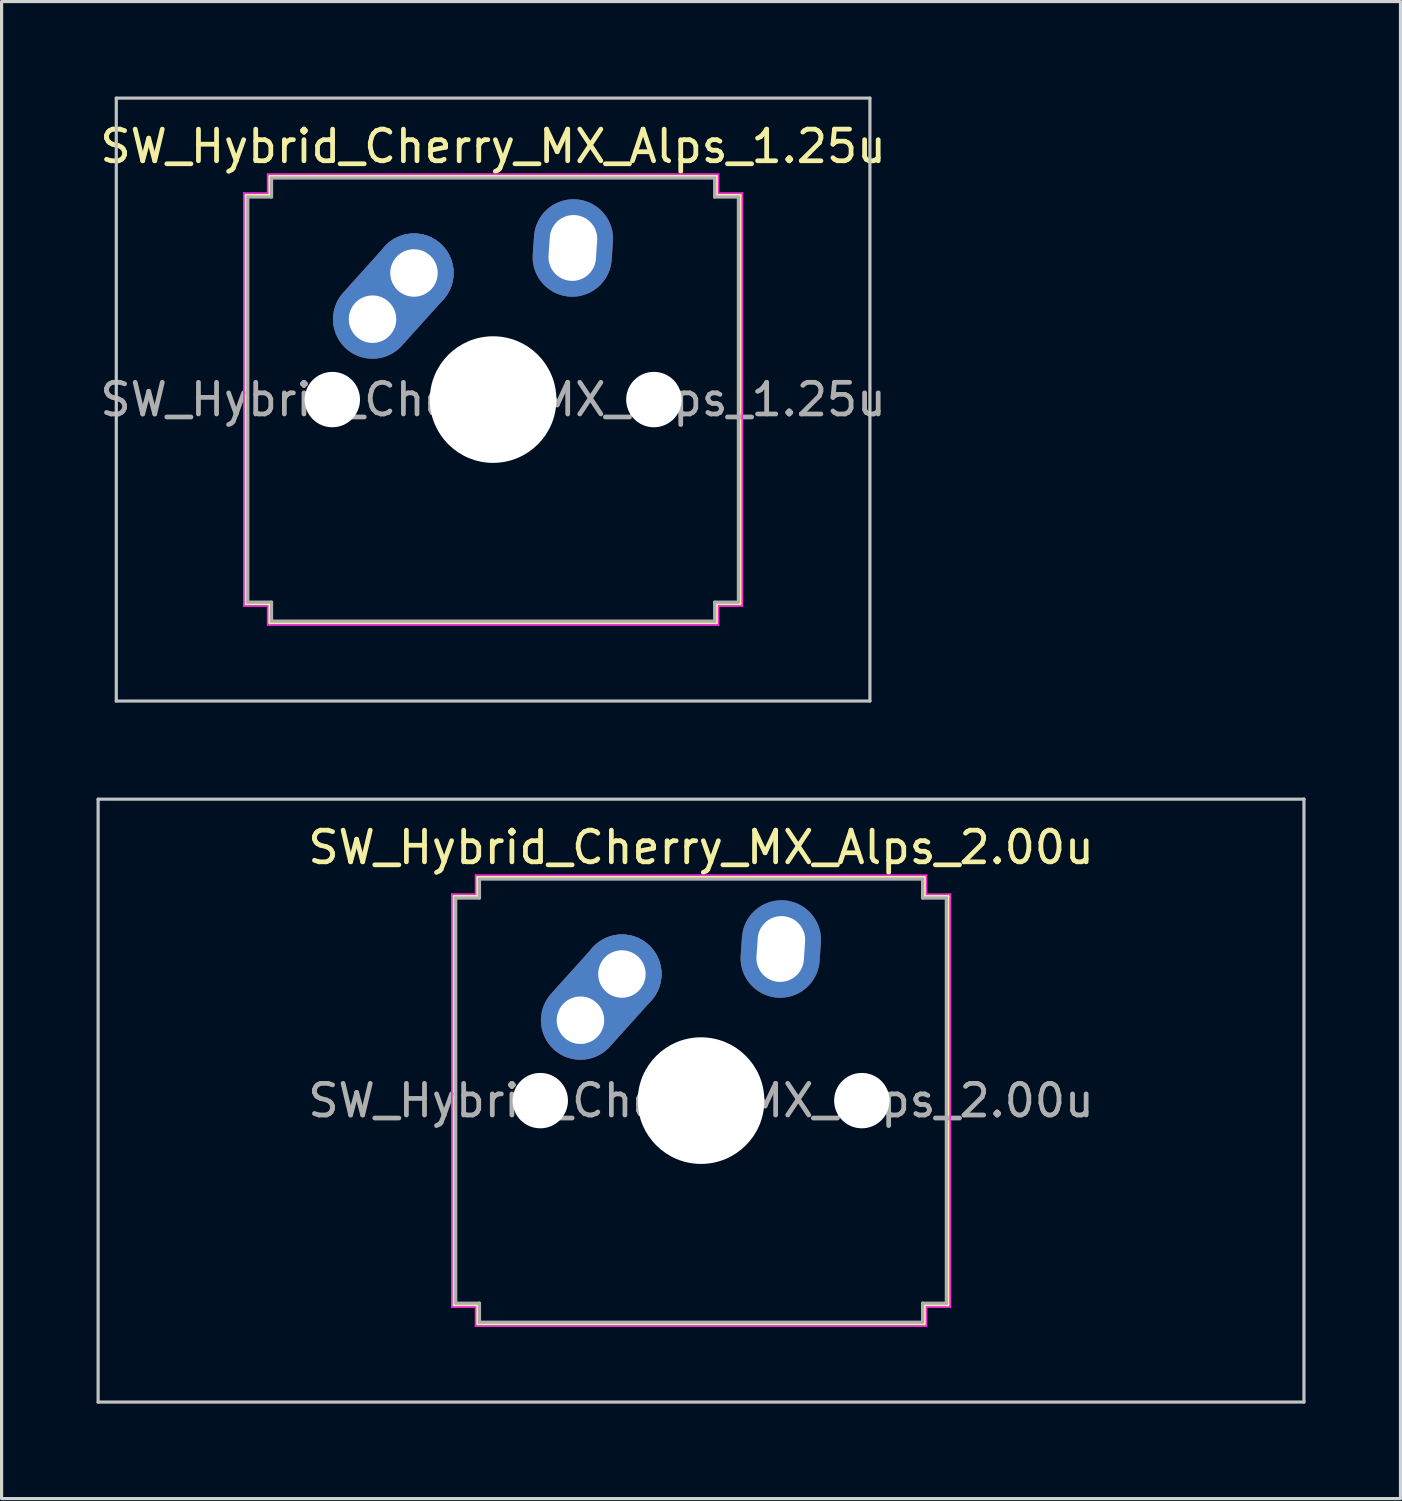
<source format=kicad_pcb>
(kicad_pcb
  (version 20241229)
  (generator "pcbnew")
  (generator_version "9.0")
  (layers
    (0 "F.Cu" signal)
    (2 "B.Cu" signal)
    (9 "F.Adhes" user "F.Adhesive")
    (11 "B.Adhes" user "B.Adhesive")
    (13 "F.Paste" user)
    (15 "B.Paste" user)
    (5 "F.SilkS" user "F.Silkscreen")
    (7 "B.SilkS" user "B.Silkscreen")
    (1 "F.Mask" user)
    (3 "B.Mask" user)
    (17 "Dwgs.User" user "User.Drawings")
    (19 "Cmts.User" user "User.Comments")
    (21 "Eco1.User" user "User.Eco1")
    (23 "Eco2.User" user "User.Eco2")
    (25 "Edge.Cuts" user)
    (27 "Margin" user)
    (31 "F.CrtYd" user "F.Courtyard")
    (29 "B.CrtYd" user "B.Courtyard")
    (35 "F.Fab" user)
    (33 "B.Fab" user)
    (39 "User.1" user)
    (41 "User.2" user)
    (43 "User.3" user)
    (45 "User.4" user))
  (footprint "SW_Hybrid_Cherry_MX_Alps_2.00u"
    (layer "F.Cu")
    (at 19.1 31.725)
    (property "Reference" "SW_Hybrid_Cherry_MX_Alps_2.00u" (at 0 -8 0) (layer "F.SilkS") (effects (font (size 1 1) (thickness 0.15))))
    (attr through_hole)
    (fp_line (start -7.8 -6.45) (end -7.05 -6.45) (stroke (width 0.12) (type solid)) (layer "F.SilkS"))
    (fp_line (start -7.8 6.45) (end -7.8 -6.45) (stroke (width 0.12) (type solid)) (layer "F.SilkS"))
    (fp_line (start -7.05 -7.05) (end 7.05 -7.05) (stroke (width 0.12) (type solid)) (layer "F.SilkS"))
    (fp_line (start -7.05 -6.45) (end -7.05 -7.05) (stroke (width 0.12) (type solid)) (layer "F.SilkS"))
    (fp_line (start -7.05 6.45) (end -7.8 6.45) (stroke (width 0.12) (type solid)) (layer "F.SilkS"))
    (fp_line (start -7.05 7.05) (end -7.05 6.45) (stroke (width 0.12) (type solid)) (layer "F.SilkS"))
    (fp_line (start 7.05 -7.05) (end 7.05 -6.45) (stroke (width 0.12) (type solid)) (layer "F.SilkS"))
    (fp_line (start 7.05 -6.45) (end 7.8 -6.45) (stroke (width 0.12) (type solid)) (layer "F.SilkS"))
    (fp_line (start 7.05 6.45) (end 7.05 7.05) (stroke (width 0.12) (type solid)) (layer "F.SilkS"))
    (fp_line (start 7.05 7.05) (end -7.05 7.05) (stroke (width 0.12) (type solid)) (layer "F.SilkS"))
    (fp_line (start 7.8 -6.45) (end 7.8 6.45) (stroke (width 0.12) (type solid)) (layer "F.SilkS"))
    (fp_line (start 7.8 6.45) (end 7.05 6.45) (stroke (width 0.12) (type solid)) (layer "F.SilkS"))
    (fp_line (start -19.05 -9.525) (end -19.05 9.525) (stroke (width 0.1) (type solid)) (layer "Dwgs.User"))
    (fp_line (start -19.05 9.525) (end 19.05 9.525) (stroke (width 0.1) (type solid)) (layer "Dwgs.User"))
    (fp_line (start 19.05 -9.525) (end -19.05 -9.525) (stroke (width 0.1) (type solid)) (layer "Dwgs.User"))
    (fp_line (start 19.05 9.525) (end 19.05 -9.525) (stroke (width 0.1) (type solid)) (layer "Dwgs.User"))
    (fp_line (start -7.875 -6.525) (end -7.125 -6.525) (stroke (width 0.05) (type solid)) (layer "F.CrtYd"))
    (fp_line (start -7.875 6.525) (end -7.875 -6.525) (stroke (width 0.05) (type solid)) (layer "F.CrtYd"))
    (fp_line (start -7.125 -7.125) (end 7.125 -7.125) (stroke (width 0.05) (type solid)) (layer "F.CrtYd"))
    (fp_line (start -7.125 -6.525) (end -7.125 -7.125) (stroke (width 0.05) (type solid)) (layer "F.CrtYd"))
    (fp_line (start -7.125 6.525) (end -7.875 6.525) (stroke (width 0.05) (type solid)) (layer "F.CrtYd"))
    (fp_line (start -7.125 7.125) (end -7.125 6.525) (stroke (width 0.05) (type solid)) (layer "F.CrtYd"))
    (fp_line (start 7.125 -7.125) (end 7.125 -6.525) (stroke (width 0.05) (type solid)) (layer "F.CrtYd"))
    (fp_line (start 7.125 -6.525) (end 7.875 -6.525) (stroke (width 0.05) (type solid)) (layer "F.CrtYd"))
    (fp_line (start 7.125 6.525) (end 7.125 7.125) (stroke (width 0.05) (type solid)) (layer "F.CrtYd"))
    (fp_line (start 7.125 7.125) (end -7.125 7.125) (stroke (width 0.05) (type solid)) (layer "F.CrtYd"))
    (fp_line (start 7.875 -6.525) (end 7.875 6.525) (stroke (width 0.05) (type solid)) (layer "F.CrtYd"))
    (fp_line (start 7.875 6.525) (end 7.125 6.525) (stroke (width 0.05) (type solid)) (layer "F.CrtYd"))
    (fp_line (start -7.75 -6.4) (end -7 -6.4) (stroke (width 0.1) (type solid)) (layer "F.Fab"))
    (fp_line (start -7.75 6.4) (end -7.75 -6.4) (stroke (width 0.1) (type solid)) (layer "F.Fab"))
    (fp_line (start -7 -7) (end 7 -7) (stroke (width 0.1) (type solid)) (layer "F.Fab"))
    (fp_line (start -7 -6.4) (end -7 -7) (stroke (width 0.1) (type solid)) (layer "F.Fab"))
    (fp_line (start -7 6.4) (end -7.75 6.4) (stroke (width 0.1) (type solid)) (layer "F.Fab"))
    (fp_line (start -7 7) (end -7 6.4) (stroke (width 0.1) (type solid)) (layer "F.Fab"))
    (fp_line (start 7 -7) (end 7 -6.4) (stroke (width 0.1) (type solid)) (layer "F.Fab"))
    (fp_line (start 7 -6.4) (end 7.75 -6.4) (stroke (width 0.1) (type solid)) (layer "F.Fab"))
    (fp_line (start 7 6.4) (end 7 7) (stroke (width 0.1) (type solid)) (layer "F.Fab"))
    (fp_line (start 7 7) (end -7 7) (stroke (width 0.1) (type solid)) (layer "F.Fab"))
    (fp_line (start 7.75 -6.4) (end 7.75 6.4) (stroke (width 0.1) (type solid)) (layer "F.Fab"))
    (fp_line (start 7.75 6.4) (end 7 6.4) (stroke (width 0.1) (type solid)) (layer "F.Fab"))
    (fp_text user "${REFERENCE}" (at 0 0 0) (layer "F.Fab") (effects (font (size 1 1) (thickness 0.15))))
    (pad "" np_thru_hole circle (at -5.08 0) (size 1.75 1.75) (drill 1.75) (layers "*.Cu" "*.Mask"))
    (pad "" np_thru_hole circle (at 0 0) (size 4 4) (drill 4) (layers "*.Cu" "*.Mask"))
    (pad "" np_thru_hole circle (at 5.08 0) (size 1.75 1.75) (drill 1.75) (layers "*.Cu" "*.Mask"))
    (pad "1" thru_hole oval (at 2.52 -4.79 86) (size 3.081 2.5) (drill oval 2.081 1.5) (layers "*.Cu" "B.Mask"))
    (pad "2" thru_hole oval (at -3.81 -2.54 48) (size 4.462 2.5) (drill 1.5 (offset 0.981 0)) (layers "*.Cu" "B.Mask"))
    (pad "2" thru_hole circle (at -2.5 -4) (size 2.5 2.5) (drill 1.5) (layers "*.Cu" "B.Mask")))
  (footprint "SW_Hybrid_Cherry_MX_Alps_1.25u"
    (layer "F.Cu")
    (at 12.53 9.575)
    (property "Reference" "SW_Hybrid_Cherry_MX_Alps_1.25u" (at 0 -8 0) (layer "F.SilkS") (effects (font (size 1 1) (thickness 0.15))))
    (attr through_hole)
    (fp_line (start -7.8 -6.45) (end -7.05 -6.45) (stroke (width 0.12) (type solid)) (layer "F.SilkS"))
    (fp_line (start -7.8 6.45) (end -7.8 -6.45) (stroke (width 0.12) (type solid)) (layer "F.SilkS"))
    (fp_line (start -7.05 -7.05) (end 7.05 -7.05) (stroke (width 0.12) (type solid)) (layer "F.SilkS"))
    (fp_line (start -7.05 -6.45) (end -7.05 -7.05) (stroke (width 0.12) (type solid)) (layer "F.SilkS"))
    (fp_line (start -7.05 6.45) (end -7.8 6.45) (stroke (width 0.12) (type solid)) (layer "F.SilkS"))
    (fp_line (start -7.05 7.05) (end -7.05 6.45) (stroke (width 0.12) (type solid)) (layer "F.SilkS"))
    (fp_line (start 7.05 -7.05) (end 7.05 -6.45) (stroke (width 0.12) (type solid)) (layer "F.SilkS"))
    (fp_line (start 7.05 -6.45) (end 7.8 -6.45) (stroke (width 0.12) (type solid)) (layer "F.SilkS"))
    (fp_line (start 7.05 6.45) (end 7.05 7.05) (stroke (width 0.12) (type solid)) (layer "F.SilkS"))
    (fp_line (start 7.05 7.05) (end -7.05 7.05) (stroke (width 0.12) (type solid)) (layer "F.SilkS"))
    (fp_line (start 7.8 -6.45) (end 7.8 6.45) (stroke (width 0.12) (type solid)) (layer "F.SilkS"))
    (fp_line (start 7.8 6.45) (end 7.05 6.45) (stroke (width 0.12) (type solid)) (layer "F.SilkS"))
    (fp_line (start -11.906 -9.525) (end -11.906 9.525) (stroke (width 0.1) (type solid)) (layer "Dwgs.User"))
    (fp_line (start -11.906 9.525) (end 11.906 9.525) (stroke (width 0.1) (type solid)) (layer "Dwgs.User"))
    (fp_line (start 11.906 -9.525) (end -11.906 -9.525) (stroke (width 0.1) (type solid)) (layer "Dwgs.User"))
    (fp_line (start 11.906 9.525) (end 11.906 -9.525) (stroke (width 0.1) (type solid)) (layer "Dwgs.User"))
    (fp_line (start -7.875 -6.525) (end -7.125 -6.525) (stroke (width 0.05) (type solid)) (layer "F.CrtYd"))
    (fp_line (start -7.875 6.525) (end -7.875 -6.525) (stroke (width 0.05) (type solid)) (layer "F.CrtYd"))
    (fp_line (start -7.125 -7.125) (end 7.125 -7.125) (stroke (width 0.05) (type solid)) (layer "F.CrtYd"))
    (fp_line (start -7.125 -6.525) (end -7.125 -7.125) (stroke (width 0.05) (type solid)) (layer "F.CrtYd"))
    (fp_line (start -7.125 6.525) (end -7.875 6.525) (stroke (width 0.05) (type solid)) (layer "F.CrtYd"))
    (fp_line (start -7.125 7.125) (end -7.125 6.525) (stroke (width 0.05) (type solid)) (layer "F.CrtYd"))
    (fp_line (start 7.125 -7.125) (end 7.125 -6.525) (stroke (width 0.05) (type solid)) (layer "F.CrtYd"))
    (fp_line (start 7.125 -6.525) (end 7.875 -6.525) (stroke (width 0.05) (type solid)) (layer "F.CrtYd"))
    (fp_line (start 7.125 6.525) (end 7.125 7.125) (stroke (width 0.05) (type solid)) (layer "F.CrtYd"))
    (fp_line (start 7.125 7.125) (end -7.125 7.125) (stroke (width 0.05) (type solid)) (layer "F.CrtYd"))
    (fp_line (start 7.875 -6.525) (end 7.875 6.525) (stroke (width 0.05) (type solid)) (layer "F.CrtYd"))
    (fp_line (start 7.875 6.525) (end 7.125 6.525) (stroke (width 0.05) (type solid)) (layer "F.CrtYd"))
    (fp_line (start -7.75 -6.4) (end -7 -6.4) (stroke (width 0.1) (type solid)) (layer "F.Fab"))
    (fp_line (start -7.75 6.4) (end -7.75 -6.4) (stroke (width 0.1) (type solid)) (layer "F.Fab"))
    (fp_line (start -7 -7) (end 7 -7) (stroke (width 0.1) (type solid)) (layer "F.Fab"))
    (fp_line (start -7 -6.4) (end -7 -7) (stroke (width 0.1) (type solid)) (layer "F.Fab"))
    (fp_line (start -7 6.4) (end -7.75 6.4) (stroke (width 0.1) (type solid)) (layer "F.Fab"))
    (fp_line (start -7 7) (end -7 6.4) (stroke (width 0.1) (type solid)) (layer "F.Fab"))
    (fp_line (start 7 -7) (end 7 -6.4) (stroke (width 0.1) (type solid)) (layer "F.Fab"))
    (fp_line (start 7 -6.4) (end 7.75 -6.4) (stroke (width 0.1) (type solid)) (layer "F.Fab"))
    (fp_line (start 7 6.4) (end 7 7) (stroke (width 0.1) (type solid)) (layer "F.Fab"))
    (fp_line (start 7 7) (end -7 7) (stroke (width 0.1) (type solid)) (layer "F.Fab"))
    (fp_line (start 7.75 -6.4) (end 7.75 6.4) (stroke (width 0.1) (type solid)) (layer "F.Fab"))
    (fp_line (start 7.75 6.4) (end 7 6.4) (stroke (width 0.1) (type solid)) (layer "F.Fab"))
    (fp_text user "${REFERENCE}" (at 0 0 0) (layer "F.Fab") (effects (font (size 1 1) (thickness 0.15))))
    (pad "" np_thru_hole circle (at -5.08 0) (size 1.75 1.75) (drill 1.75) (layers "*.Cu" "*.Mask"))
    (pad "" np_thru_hole circle (at 0 0) (size 4 4) (drill 4) (layers "*.Cu" "*.Mask"))
    (pad "" np_thru_hole circle (at 5.08 0) (size 1.75 1.75) (drill 1.75) (layers "*.Cu" "*.Mask"))
    (pad "1" thru_hole oval (at 2.52 -4.79 86) (size 3.081 2.5) (drill oval 2.081 1.5) (layers "*.Cu" "B.Mask"))
    (pad "2" thru_hole oval (at -3.81 -2.54 48) (size 4.462 2.5) (drill 1.5 (offset 0.981 0)) (layers "*.Cu" "B.Mask"))
    (pad "2" thru_hole circle (at -2.5 -4) (size 2.5 2.5) (drill 1.5) (layers "*.Cu" "B.Mask")))
  (gr_rect
    (start -3 -3)
    (end 41.2 44.3)
    (stroke (width 0.1) (type default))
    (fill no)
    (layer "Edge.Cuts")))
</source>
